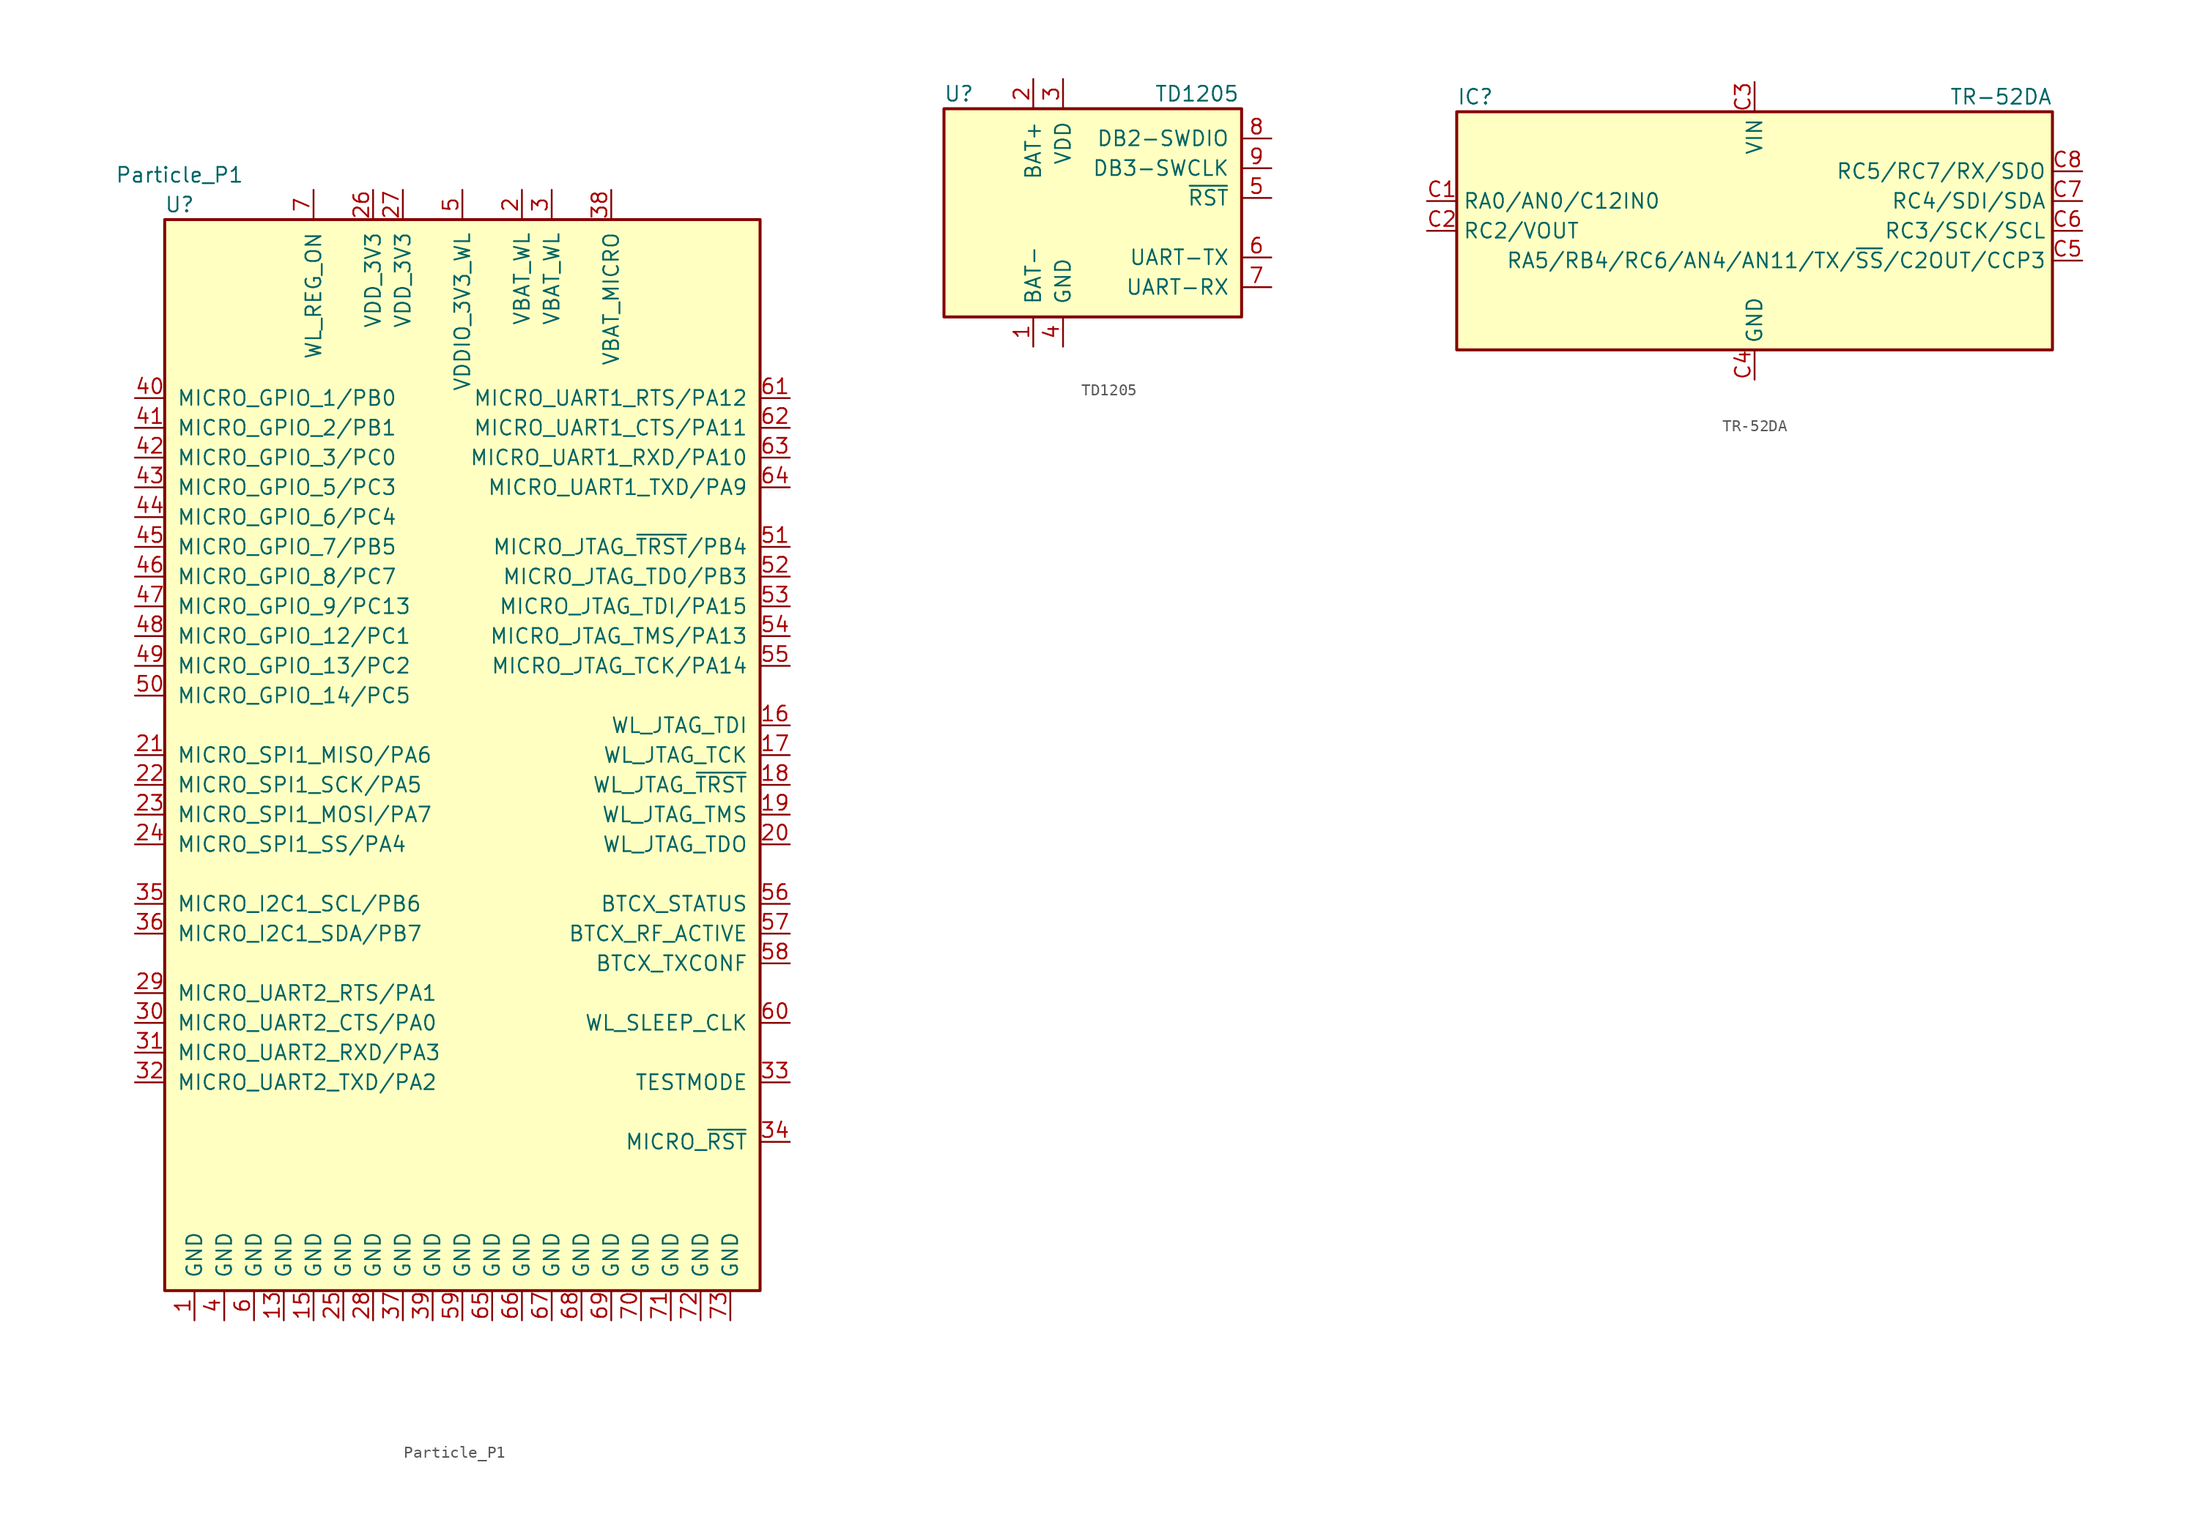
<source format=kicad_sym>
(kicad_symbol_lib
  (version 20201005)
  (generator kicad_symbol_editor)
  (symbol "Particle_P1"
    (pin_names
      (offset 1.016))
    (property "Reference" "U"
      (at -24.13 46.99 0)
      (effects (font (size 1.27 1.27))))
    (property "Value" "Particle_P1"
      (at -24.13 49.53 0)
      (effects (font (size 1.27 1.27))))
    (symbol "Particle_P1_1_1"
      (rectangle (start -25.4 45.72) (end 25.4 -45.72) (stroke (width 0.254)) (fill (type background)))
      (pin power_in line (at -22.86 -48.26 90) (length 2.54) (name "GND" (effects (font (size 1.27 1.27)))) (number "1" (effects (font (size 1.27 1.27)))))
      (pin no_connect line (at -25.4 35.56 0) (length 2.54) hide (name "NC" (effects (font (size 1.27 1.27)))) (number "10" (effects (font (size 1.27 1.27)))))
      (pin no_connect line (at 25.4 35.56 180) (length 2.54) hide (name "NC" (effects (font (size 1.27 1.27)))) (number "11" (effects (font (size 1.27 1.27)))))
      (pin no_connect line (at 25.4 38.1 180) (length 2.54) hide (name "NC" (effects (font (size 1.27 1.27)))) (number "12" (effects (font (size 1.27 1.27)))))
      (pin power_in line (at -15.24 -48.26 90) (length 2.54) (name "GND" (effects (font (size 1.27 1.27)))) (number "13" (effects (font (size 1.27 1.27)))))
      (pin no_connect line (at 25.4 40.64 180) (length 2.54) hide (name "NC" (effects (font (size 1.27 1.27)))) (number "14" (effects (font (size 1.27 1.27)))))
      (pin power_in line (at -12.7 -48.26 90) (length 2.54) (name "GND" (effects (font (size 1.27 1.27)))) (number "15" (effects (font (size 1.27 1.27)))))
      (pin input line (at 27.94 2.54 180) (length 2.54) (name "WL_JTAG_TDI" (effects (font (size 1.27 1.27)))) (number "16" (effects (font (size 1.27 1.27)))))
      (pin input line (at 27.94 0 180) (length 2.54) (name "WL_JTAG_TCK" (effects (font (size 1.27 1.27)))) (number "17" (effects (font (size 1.27 1.27)))))
      (pin input line (at 27.94 -2.54 180) (length 2.54) (name "WL_JTAG_~TRST~" (effects (font (size 1.27 1.27)))) (number "18" (effects (font (size 1.27 1.27)))))
      (pin input line (at 27.94 -5.08 180) (length 2.54) (name "WL_JTAG_TMS" (effects (font (size 1.27 1.27)))) (number "19" (effects (font (size 1.27 1.27)))))
      (pin power_in line (at 5.08 48.26 270) (length 2.54) (name "VBAT_WL" (effects (font (size 1.27 1.27)))) (number "2" (effects (font (size 1.27 1.27)))))
      (pin input line (at 27.94 -7.62 180) (length 2.54) (name "WL_JTAG_TDO" (effects (font (size 1.27 1.27)))) (number "20" (effects (font (size 1.27 1.27)))))
      (pin bidirectional line (at -27.94 0 0) (length 2.54) (name "MICRO_SPI1_MISO/PA6" (effects (font (size 1.27 1.27)))) (number "21" (effects (font (size 1.27 1.27)))))
      (pin bidirectional line (at -27.94 -2.54 0) (length 2.54) (name "MICRO_SPI1_SCK/PA5" (effects (font (size 1.27 1.27)))) (number "22" (effects (font (size 1.27 1.27)))))
      (pin bidirectional line (at -27.94 -5.08 0) (length 2.54) (name "MICRO_SPI1_MOSI/PA7" (effects (font (size 1.27 1.27)))) (number "23" (effects (font (size 1.27 1.27)))))
      (pin bidirectional line (at -27.94 -7.62 0) (length 2.54) (name "MICRO_SPI1_SS/PA4" (effects (font (size 1.27 1.27)))) (number "24" (effects (font (size 1.27 1.27)))))
      (pin power_in line (at -10.16 -48.26 90) (length 2.54) (name "GND" (effects (font (size 1.27 1.27)))) (number "25" (effects (font (size 1.27 1.27)))))
      (pin power_in line (at -7.62 48.26 270) (length 2.54) (name "VDD_3V3" (effects (font (size 1.27 1.27)))) (number "26" (effects (font (size 1.27 1.27)))))
      (pin power_in line (at -5.08 48.26 270) (length 2.54) (name "VDD_3V3" (effects (font (size 1.27 1.27)))) (number "27" (effects (font (size 1.27 1.27)))))
      (pin power_in line (at -7.62 -48.26 90) (length 2.54) (name "GND" (effects (font (size 1.27 1.27)))) (number "28" (effects (font (size 1.27 1.27)))))
      (pin bidirectional line (at -27.94 -20.32 0) (length 2.54) (name "MICRO_UART2_RTS/PA1" (effects (font (size 1.27 1.27)))) (number "29" (effects (font (size 1.27 1.27)))))
      (pin power_in line (at 7.62 48.26 270) (length 2.54) (name "VBAT_WL" (effects (font (size 1.27 1.27)))) (number "3" (effects (font (size 1.27 1.27)))))
      (pin bidirectional line (at -27.94 -22.86 0) (length 2.54) (name "MICRO_UART2_CTS/PA0" (effects (font (size 1.27 1.27)))) (number "30" (effects (font (size 1.27 1.27)))))
      (pin bidirectional line (at -27.94 -25.4 0) (length 2.54) (name "MICRO_UART2_RXD/PA3" (effects (font (size 1.27 1.27)))) (number "31" (effects (font (size 1.27 1.27)))))
      (pin bidirectional line (at -27.94 -27.94 0) (length 2.54) (name "MICRO_UART2_TXD/PA2" (effects (font (size 1.27 1.27)))) (number "32" (effects (font (size 1.27 1.27)))))
      (pin bidirectional line (at 27.94 -27.94 180) (length 2.54) (name "TESTMODE" (effects (font (size 1.27 1.27)))) (number "33" (effects (font (size 1.27 1.27)))))
      (pin input line (at 27.94 -33.02 180) (length 2.54) (name "MICRO_~RST" (effects (font (size 1.27 1.27)))) (number "34" (effects (font (size 1.27 1.27)))))
      (pin bidirectional line (at -27.94 -12.7 0) (length 2.54) (name "MICRO_I2C1_SCL/PB6" (effects (font (size 1.27 1.27)))) (number "35" (effects (font (size 1.27 1.27)))))
      (pin bidirectional line (at -27.94 -15.24 0) (length 2.54) (name "MICRO_I2C1_SDA/PB7" (effects (font (size 1.27 1.27)))) (number "36" (effects (font (size 1.27 1.27)))))
      (pin power_in line (at -5.08 -48.26 90) (length 2.54) (name "GND" (effects (font (size 1.27 1.27)))) (number "37" (effects (font (size 1.27 1.27)))))
      (pin power_in line (at 12.7 48.26 270) (length 2.54) (name "VBAT_MICRO" (effects (font (size 1.27 1.27)))) (number "38" (effects (font (size 1.27 1.27)))))
      (pin power_in line (at -2.54 -48.26 90) (length 2.54) (name "GND" (effects (font (size 1.27 1.27)))) (number "39" (effects (font (size 1.27 1.27)))))
      (pin power_in line (at -20.32 -48.26 90) (length 2.54) (name "GND" (effects (font (size 1.27 1.27)))) (number "4" (effects (font (size 1.27 1.27)))))
      (pin bidirectional line (at -27.94 30.48 0) (length 2.54) (name "MICRO_GPIO_1/PB0" (effects (font (size 1.27 1.27)))) (number "40" (effects (font (size 1.27 1.27)))))
      (pin bidirectional line (at -27.94 27.94 0) (length 2.54) (name "MICRO_GPIO_2/PB1" (effects (font (size 1.27 1.27)))) (number "41" (effects (font (size 1.27 1.27)))))
      (pin bidirectional line (at -27.94 25.4 0) (length 2.54) (name "MICRO_GPIO_3/PC0" (effects (font (size 1.27 1.27)))) (number "42" (effects (font (size 1.27 1.27)))))
      (pin bidirectional line (at -27.94 22.86 0) (length 2.54) (name "MICRO_GPIO_5/PC3" (effects (font (size 1.27 1.27)))) (number "43" (effects (font (size 1.27 1.27)))))
      (pin bidirectional line (at -27.94 20.32 0) (length 2.54) (name "MICRO_GPIO_6/PC4" (effects (font (size 1.27 1.27)))) (number "44" (effects (font (size 1.27 1.27)))))
      (pin bidirectional line (at -27.94 17.78 0) (length 2.54) (name "MICRO_GPIO_7/PB5" (effects (font (size 1.27 1.27)))) (number "45" (effects (font (size 1.27 1.27)))))
      (pin bidirectional line (at -27.94 15.24 0) (length 2.54) (name "MICRO_GPIO_8/PC7" (effects (font (size 1.27 1.27)))) (number "46" (effects (font (size 1.27 1.27)))))
      (pin bidirectional line (at -27.94 12.7 0) (length 2.54) (name "MICRO_GPIO_9/PC13" (effects (font (size 1.27 1.27)))) (number "47" (effects (font (size 1.27 1.27)))))
      (pin bidirectional line (at -27.94 10.16 0) (length 2.54) (name "MICRO_GPIO_12/PC1" (effects (font (size 1.27 1.27)))) (number "48" (effects (font (size 1.27 1.27)))))
      (pin bidirectional line (at -27.94 7.62 0) (length 2.54) (name "MICRO_GPIO_13/PC2" (effects (font (size 1.27 1.27)))) (number "49" (effects (font (size 1.27 1.27)))))
      (pin power_in line (at 0 48.26 270) (length 2.54) (name "VDDIO_3V3_WL" (effects (font (size 1.27 1.27)))) (number "5" (effects (font (size 1.27 1.27)))))
      (pin bidirectional line (at -27.94 5.08 0) (length 2.54) (name "MICRO_GPIO_14/PC5" (effects (font (size 1.27 1.27)))) (number "50" (effects (font (size 1.27 1.27)))))
      (pin bidirectional line (at 27.94 17.78 180) (length 2.54) (name "MICRO_JTAG_~TRST~/PB4" (effects (font (size 1.27 1.27)))) (number "51" (effects (font (size 1.27 1.27)))))
      (pin bidirectional line (at 27.94 15.24 180) (length 2.54) (name "MICRO_JTAG_TDO/PB3" (effects (font (size 1.27 1.27)))) (number "52" (effects (font (size 1.27 1.27)))))
      (pin bidirectional line (at 27.94 12.7 180) (length 2.54) (name "MICRO_JTAG_TDI/PA15" (effects (font (size 1.27 1.27)))) (number "53" (effects (font (size 1.27 1.27)))))
      (pin bidirectional line (at 27.94 10.16 180) (length 2.54) (name "MICRO_JTAG_TMS/PA13" (effects (font (size 1.27 1.27)))) (number "54" (effects (font (size 1.27 1.27)))))
      (pin bidirectional line (at 27.94 7.62 180) (length 2.54) (name "MICRO_JTAG_TCK/PA14" (effects (font (size 1.27 1.27)))) (number "55" (effects (font (size 1.27 1.27)))))
      (pin input line (at 27.94 -12.7 180) (length 2.54) (name "BTCX_STATUS" (effects (font (size 1.27 1.27)))) (number "56" (effects (font (size 1.27 1.27)))))
      (pin input line (at 27.94 -15.24 180) (length 2.54) (name "BTCX_RF_ACTIVE" (effects (font (size 1.27 1.27)))) (number "57" (effects (font (size 1.27 1.27)))))
      (pin output line (at 27.94 -17.78 180) (length 2.54) (name "BTCX_TXCONF" (effects (font (size 1.27 1.27)))) (number "58" (effects (font (size 1.27 1.27)))))
      (pin power_in line (at 0 -48.26 90) (length 2.54) (name "GND" (effects (font (size 1.27 1.27)))) (number "59" (effects (font (size 1.27 1.27)))))
      (pin power_in line (at -17.78 -48.26 90) (length 2.54) (name "GND" (effects (font (size 1.27 1.27)))) (number "6" (effects (font (size 1.27 1.27)))))
      (pin input line (at 27.94 -22.86 180) (length 2.54) (name "WL_SLEEP_CLK" (effects (font (size 1.27 1.27)))) (number "60" (effects (font (size 1.27 1.27)))))
      (pin bidirectional line (at 27.94 30.48 180) (length 2.54) (name "MICRO_UART1_RTS/PA12" (effects (font (size 1.27 1.27)))) (number "61" (effects (font (size 1.27 1.27)))))
      (pin bidirectional line (at 27.94 27.94 180) (length 2.54) (name "MICRO_UART1_CTS/PA11" (effects (font (size 1.27 1.27)))) (number "62" (effects (font (size 1.27 1.27)))))
      (pin bidirectional line (at 27.94 25.4 180) (length 2.54) (name "MICRO_UART1_RXD/PA10" (effects (font (size 1.27 1.27)))) (number "63" (effects (font (size 1.27 1.27)))))
      (pin bidirectional line (at 27.94 22.86 180) (length 2.54) (name "MICRO_UART1_TXD/PA9" (effects (font (size 1.27 1.27)))) (number "64" (effects (font (size 1.27 1.27)))))
      (pin power_in line (at 2.54 -48.26 90) (length 2.54) (name "GND" (effects (font (size 1.27 1.27)))) (number "65" (effects (font (size 1.27 1.27)))))
      (pin power_in line (at 5.08 -48.26 90) (length 2.54) (name "GND" (effects (font (size 1.27 1.27)))) (number "66" (effects (font (size 1.27 1.27)))))
      (pin power_in line (at 7.62 -48.26 90) (length 2.54) (name "GND" (effects (font (size 1.27 1.27)))) (number "67" (effects (font (size 1.27 1.27)))))
      (pin power_in line (at 10.16 -48.26 90) (length 2.54) (name "GND" (effects (font (size 1.27 1.27)))) (number "68" (effects (font (size 1.27 1.27)))))
      (pin power_in line (at 12.7 -48.26 90) (length 2.54) (name "GND" (effects (font (size 1.27 1.27)))) (number "69" (effects (font (size 1.27 1.27)))))
      (pin power_in line (at -12.7 48.26 270) (length 2.54) (name "WL_REG_ON" (effects (font (size 1.27 1.27)))) (number "7" (effects (font (size 1.27 1.27)))))
      (pin power_in line (at 15.24 -48.26 90) (length 2.54) (name "GND" (effects (font (size 1.27 1.27)))) (number "70" (effects (font (size 1.27 1.27)))))
      (pin power_in line (at 17.78 -48.26 90) (length 2.54) (name "GND" (effects (font (size 1.27 1.27)))) (number "71" (effects (font (size 1.27 1.27)))))
      (pin power_in line (at 20.32 -48.26 90) (length 2.54) (name "GND" (effects (font (size 1.27 1.27)))) (number "72" (effects (font (size 1.27 1.27)))))
      (pin power_in line (at 22.86 -48.26 90) (length 2.54) (name "GND" (effects (font (size 1.27 1.27)))) (number "73" (effects (font (size 1.27 1.27)))))
      (pin no_connect line (at -25.4 -33.02 0) (length 2.54) hide (name "PAD1" (effects (font (size 1.27 1.27)))) (number "74" (effects (font (size 1.27 1.27)))))
      (pin no_connect line (at -25.4 -35.56 0) (length 2.54) hide (name "PAD2" (effects (font (size 1.27 1.27)))) (number "75" (effects (font (size 1.27 1.27)))))
      (pin no_connect line (at -25.4 40.64 0) (length 2.54) hide (name "NC" (effects (font (size 1.27 1.27)))) (number "8" (effects (font (size 1.27 1.27)))))
      (pin no_connect line (at -25.4 38.1 0) (length 2.54) hide (name "NC" (effects (font (size 1.27 1.27)))) (number "9" (effects (font (size 1.27 1.27)))))))
  (symbol "TD1205"
    (pin_names
      (offset 1.016))
    (property "Reference" "U"
      (at -11.43 11.43 0)
      (effects (font (size 1.27 1.27))))
    (property "Value" "TD1205"
      (at 8.89 11.43 0)
      (effects (font (size 1.27 1.27))))
    (symbol "TD1205_0_1"
      (rectangle (start -12.7 10.16) (end 12.7 -7.62) (stroke (width 0.254)) (fill (type background))))
    (symbol "TD1205_1_1"
      (pin power_in line (at -5.08 -10.16 90) (length 2.54) (name "BAT-" (effects (font (size 1.27 1.27)))) (number "1" (effects (font (size 1.27 1.27)))))
      (pin power_in line (at -5.08 12.7 270) (length 2.54) (name "BAT+" (effects (font (size 1.27 1.27)))) (number "2" (effects (font (size 1.27 1.27)))))
      (pin power_in line (at -2.54 12.7 270) (length 2.54) (name "VDD" (effects (font (size 1.27 1.27)))) (number "3" (effects (font (size 1.27 1.27)))))
      (pin power_in line (at -2.54 -10.16 90) (length 2.54) (name "GND" (effects (font (size 1.27 1.27)))) (number "4" (effects (font (size 1.27 1.27)))))
      (pin input line (at 15.24 2.54 180) (length 2.54) (name "~RST" (effects (font (size 1.27 1.27)))) (number "5" (effects (font (size 1.27 1.27)))))
      (pin bidirectional line (at 15.24 -2.54 180) (length 2.54) (name "UART-TX" (effects (font (size 1.27 1.27)))) (number "6" (effects (font (size 1.27 1.27)))))
      (pin bidirectional line (at 15.24 -5.08 180) (length 2.54) (name "UART-RX" (effects (font (size 1.27 1.27)))) (number "7" (effects (font (size 1.27 1.27)))))
      (pin bidirectional line (at 15.24 7.62 180) (length 2.54) (name "DB2-SWDIO" (effects (font (size 1.27 1.27)))) (number "8" (effects (font (size 1.27 1.27)))))
      (pin bidirectional line (at 15.24 5.08 180) (length 2.54) (name "DB3-SWCLK" (effects (font (size 1.27 1.27)))) (number "9" (effects (font (size 1.27 1.27)))))))
  (symbol "TR-52DA"
    (property "Reference" "IC"
      (at -25.4 11.43 0)
      (effects (font (size 1.27 1.27)) (justify left)))
    (property "Value" "TR-52DA"
      (at 25.4 11.43 0)
      (effects (font (size 1.27 1.27)) (justify right)))
    (symbol "TR-52DA_0_1"
      (rectangle (start -25.4 10.16) (end 25.4 -10.16) (stroke (width 0.254)) (fill (type background))))
    (symbol "TR-52DA_1_1"
      (pin bidirectional line (at -27.94 2.54 0) (length 2.54) (name "RA0/AN0/C12IN0" (effects (font (size 1.27 1.27)))) (number "C1" (effects (font (size 1.27 1.27)))))
      (pin bidirectional line (at -27.94 0 0) (length 2.54) (name "RC2/VOUT" (effects (font (size 1.27 1.27)))) (number "C2" (effects (font (size 1.27 1.27)))))
      (pin power_in line (at 0 12.7 270) (length 2.54) (name "VIN" (effects (font (size 1.27 1.27)))) (number "C3" (effects (font (size 1.27 1.27)))))
      (pin power_in line (at 0 -12.7 90) (length 2.54) (name "GND" (effects (font (size 1.27 1.27)))) (number "C4" (effects (font (size 1.27 1.27)))))
      (pin bidirectional line (at 27.94 -2.54 180) (length 2.54) (name "RA5/RB4/RC6/AN4/AN11/TX/~SS~/C2OUT/CCP3" (effects (font (size 1.27 1.27)))) (number "C5" (effects (font (size 1.27 1.27)))))
      (pin bidirectional line (at 27.94 0 180) (length 2.54) (name "RC3/SCK/SCL" (effects (font (size 1.27 1.27)))) (number "C6" (effects (font (size 1.27 1.27)))))
      (pin bidirectional line (at 27.94 2.54 180) (length 2.54) (name "RC4/SDI/SDA" (effects (font (size 1.27 1.27)))) (number "C7" (effects (font (size 1.27 1.27)))))
      (pin bidirectional line (at 27.94 5.08 180) (length 2.54) (name "RC5/RC7/RX/SDO" (effects (font (size 1.27 1.27)))) (number "C8" (effects (font (size 1.27 1.27))))))))
</source>
